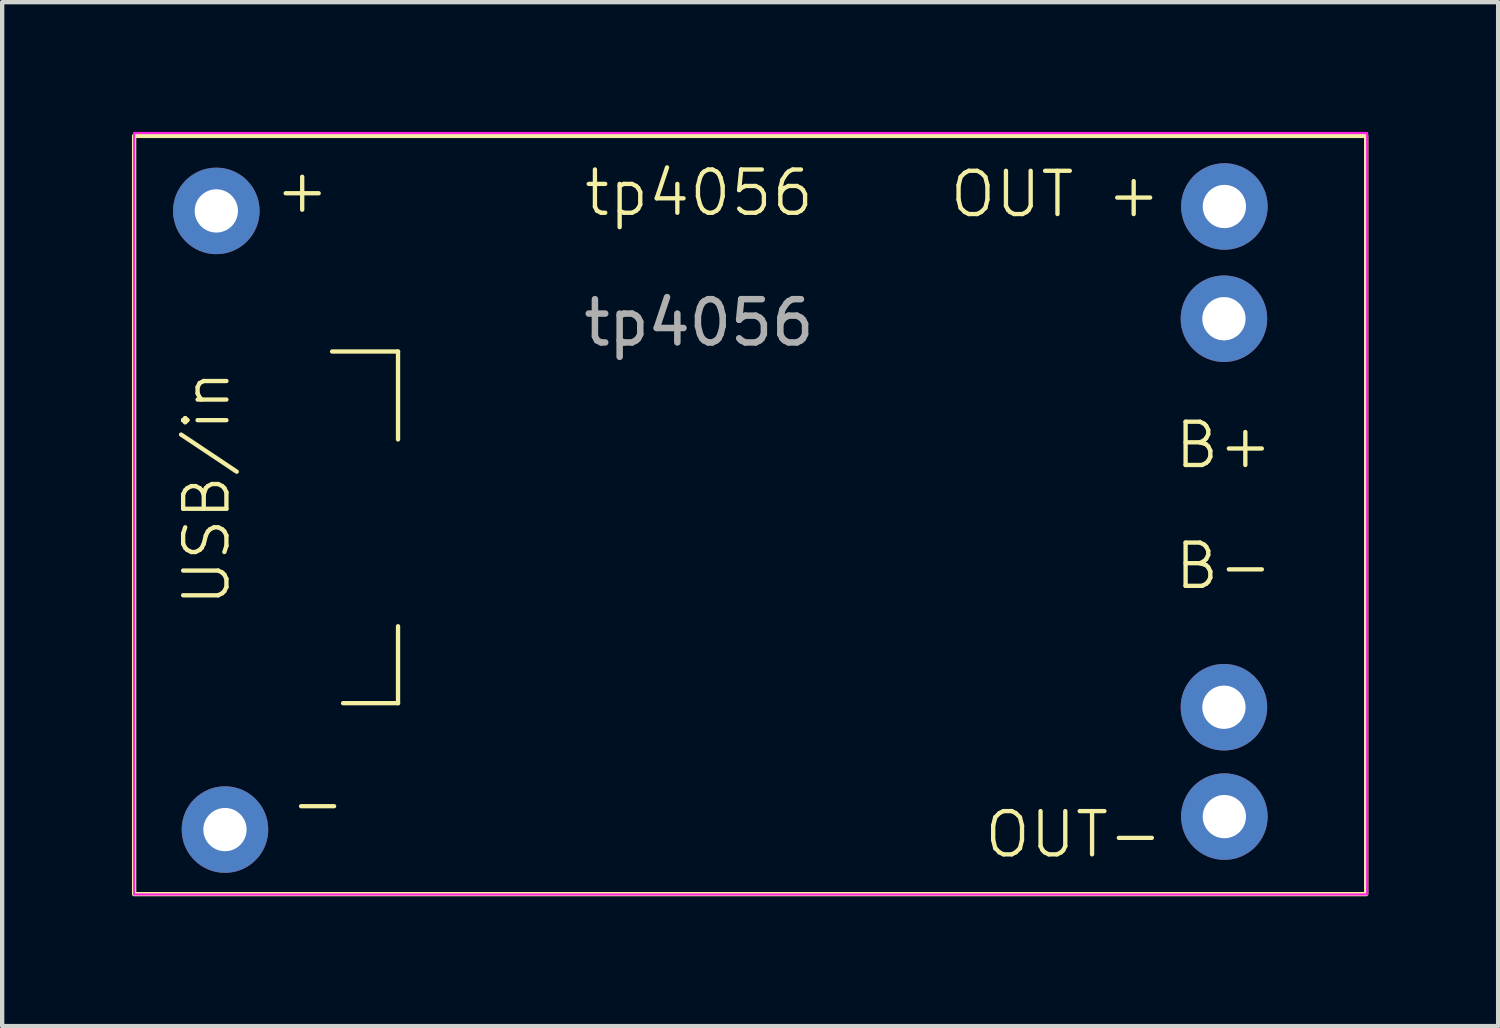
<source format=kicad_pcb>
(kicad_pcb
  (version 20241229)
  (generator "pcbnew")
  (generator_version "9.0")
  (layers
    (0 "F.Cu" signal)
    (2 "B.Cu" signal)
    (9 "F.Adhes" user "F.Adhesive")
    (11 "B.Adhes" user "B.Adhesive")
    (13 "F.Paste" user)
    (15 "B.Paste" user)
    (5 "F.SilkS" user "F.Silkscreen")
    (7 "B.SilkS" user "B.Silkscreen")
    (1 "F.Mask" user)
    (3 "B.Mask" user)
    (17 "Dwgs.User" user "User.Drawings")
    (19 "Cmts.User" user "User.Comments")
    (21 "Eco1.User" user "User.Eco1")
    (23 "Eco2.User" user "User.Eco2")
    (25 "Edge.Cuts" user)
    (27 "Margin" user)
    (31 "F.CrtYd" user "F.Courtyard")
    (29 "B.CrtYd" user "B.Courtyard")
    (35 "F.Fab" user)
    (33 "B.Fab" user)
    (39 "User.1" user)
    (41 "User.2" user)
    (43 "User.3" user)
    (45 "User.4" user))
  (footprint "tp4056"
    (layer "F.Cu")
    (at 1.85 1.507)
    (property "Reference" "tp4056" (at 11.256 -0.097 0) (unlocked yes) (layer "F.SilkS") (effects (font (size 1 1) (thickness 0.1))))
    (attr through_hole)
    (fp_line (start 2.776 3.568) (end 4.3 3.568) (stroke (width 0.1) (type default)) (layer "F.SilkS"))
    (fp_line (start 3.03 11.696) (end 4.3 11.696) (stroke (width 0.1) (type default)) (layer "F.SilkS"))
    (fp_line (start 4.3 5.6) (end 4.3 3.568) (stroke (width 0.1) (type default)) (layer "F.SilkS"))
    (fp_line (start 4.3 9.918) (end 4.3 11.696) (stroke (width 0.1) (type default)) (layer "F.SilkS"))
    (fp_rect (start -1.8 -1.416) (end 26.678 16.11) (stroke (width 0.1) (type default)) (fill no) (layer "F.SilkS"))
    (fp_rect (start -1.8 -1.482) (end 26.7 16.118) (stroke (width 0.05) (type default)) (fill no) (layer "F.CrtYd"))
    (fp_text user "USB/in" (at 0.461 9.506 90) (unlocked yes) (layer "F.SilkS") (effects (font (size 1 1) (thickness 0.1)) (justify left bottom)))
    (fp_text user "B+" (at 22.2 6.318 0) (unlocked yes) (layer "F.SilkS") (effects (font (size 1 1) (thickness 0.1)) (justify left bottom)))
    (fp_text user "OUT +" (at 17 0.518 0) (unlocked yes) (layer "F.SilkS") (effects (font (size 1 1) (thickness 0.1)) (justify left bottom)))
    (fp_text user "B-" (at 22.2 9.112 0) (unlocked yes) (layer "F.SilkS") (effects (font (size 1 1) (thickness 0.1)) (justify left bottom)))
    (fp_text user "OUT-" (at 17.8 15.318 0) (unlocked yes) (layer "F.SilkS") (effects (font (size 1 1) (thickness 0.1)) (justify left bottom)))
    (fp_text user "+" (at 1.4 0.418 0) (unlocked yes) (layer "F.SilkS") (effects (font (size 1 1) (thickness 0.1)) (justify left bottom)))
    (fp_text user "-" (at 1.756 14.586 0) (unlocked yes) (layer "F.SilkS") (effects (font (size 1 1) (thickness 0.1)) (justify left bottom)))
    (fp_text user "${REFERENCE}" (at 11.256 2.903 0) (unlocked yes) (layer "F.Fab") (effects (font (size 1 1) (thickness 0.15))))
    (pad "1" thru_hole circle (at 0.1 0.318) (size 2 2) (drill 1) (layers "*.Cu" "*.Mask"))
    (pad "2" thru_hole circle (at 0.3 14.618) (size 2 2) (drill 1) (layers "*.Cu" "*.Mask"))
    (pad "3" thru_hole circle (at 23.4 0.216) (size 2 2) (drill 1) (layers "*.Cu" "*.Mask"))
    (pad "4" thru_hole circle (at 23.4 14.318) (size 2 2) (drill 1) (layers "*.Cu" "*.Mask"))
    (pad "5" thru_hole circle (at 23.39 2.81) (size 2 2) (drill 1) (layers "*.Cu" "*.Mask"))
    (pad "6" thru_hole circle (at 23.39 11.79) (size 2 2) (drill 1) (layers "*.Cu" "*.Mask")))
  (gr_rect
    (start -3 -3)
    (end 31.578 20.667)
    (stroke (width 0.1) (type default))
    (fill no)
    (layer "Edge.Cuts")))
</source>
